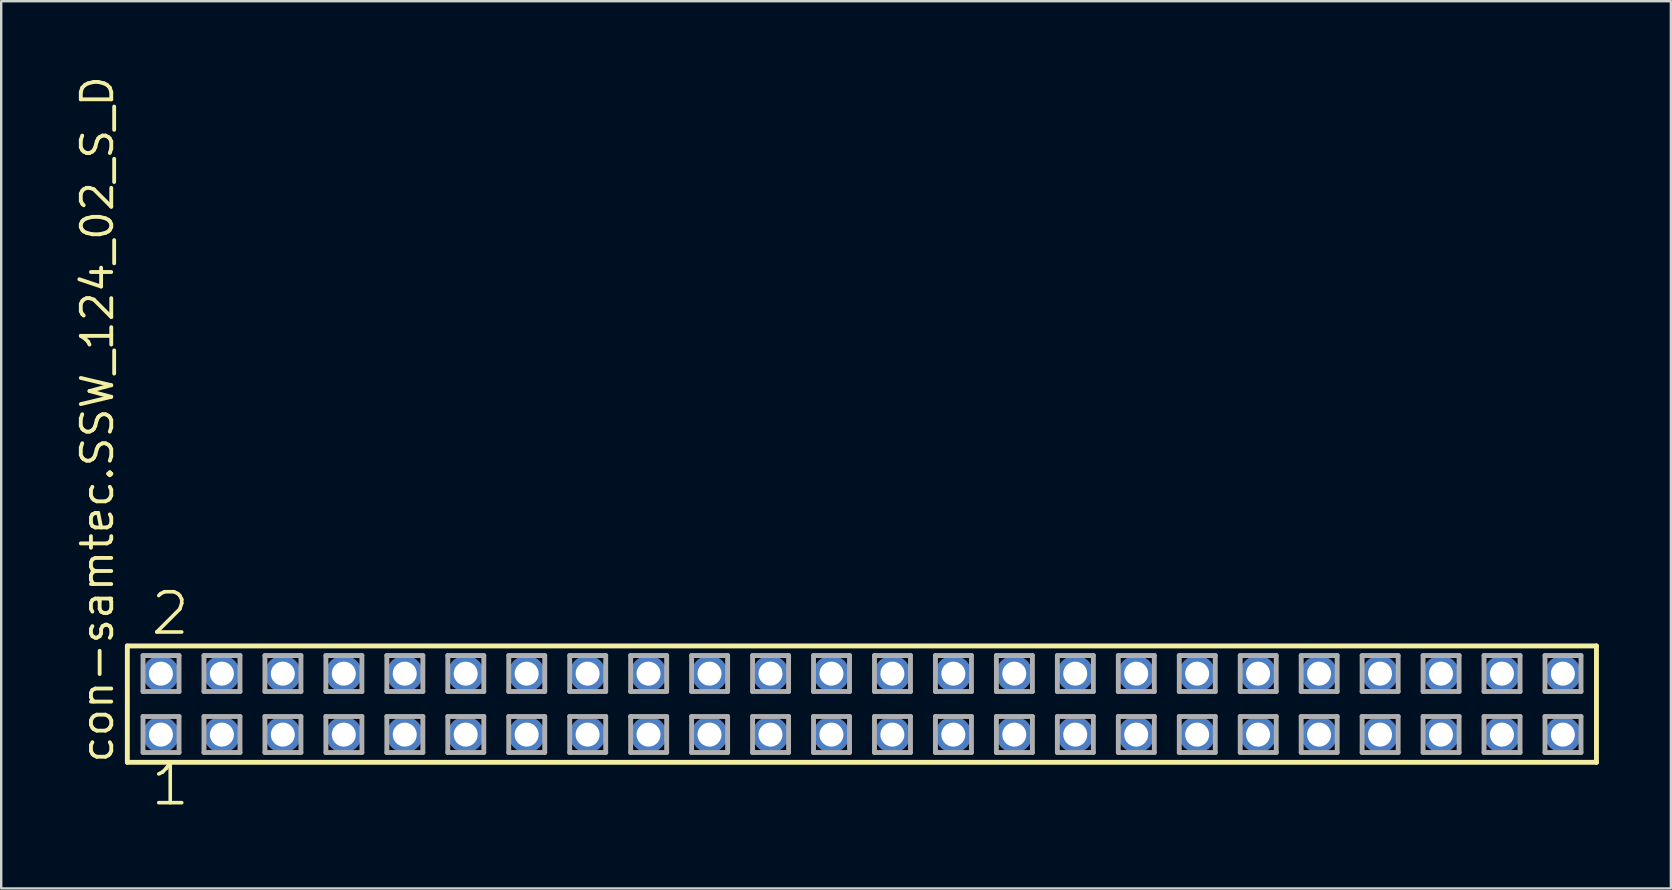
<source format=kicad_pcb>
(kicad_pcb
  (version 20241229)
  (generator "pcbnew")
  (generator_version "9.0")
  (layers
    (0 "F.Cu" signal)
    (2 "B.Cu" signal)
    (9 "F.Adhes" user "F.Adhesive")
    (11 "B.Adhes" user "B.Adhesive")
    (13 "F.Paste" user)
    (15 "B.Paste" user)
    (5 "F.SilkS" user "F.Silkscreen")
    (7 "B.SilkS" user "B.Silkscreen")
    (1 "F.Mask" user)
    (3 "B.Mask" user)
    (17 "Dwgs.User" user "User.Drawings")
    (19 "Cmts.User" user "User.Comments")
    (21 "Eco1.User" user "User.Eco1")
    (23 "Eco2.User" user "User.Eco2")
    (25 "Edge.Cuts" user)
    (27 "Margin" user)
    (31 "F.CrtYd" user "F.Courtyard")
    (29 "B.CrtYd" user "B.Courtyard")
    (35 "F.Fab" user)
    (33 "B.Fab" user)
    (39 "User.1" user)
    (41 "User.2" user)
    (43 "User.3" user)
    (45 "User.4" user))
  (footprint "con-samtec.SSW_124_02_S_D"
    (layer "F.Cu")
    (at 32.865 26.291)
    (property "Reference" "con-samtec.SSW_124_02_S_D" (at -31.115 2.54 90) (layer "F.SilkS") (effects (font (size 1.27 1.27) (thickness 0.16)) (justify left bottom)))
    (attr through_hole)
    (fp_line (start -30.609 -2.425) (end 30.609 -2.425) (stroke (width 0.203) (type default)) (layer "F.SilkS"))
    (fp_line (start -30.609 2.425) (end -30.609 -2.425) (stroke (width 0.203) (type default)) (layer "F.SilkS"))
    (fp_line (start 30.609 -2.425) (end 30.609 2.425) (stroke (width 0.203) (type default)) (layer "F.SilkS"))
    (fp_line (start 30.609 2.425) (end -30.609 2.425) (stroke (width 0.203) (type default)) (layer "F.SilkS"))
    (fp_line (start -29.955 -2.025) (end -28.455 -2.025) (stroke (width 0.203) (type default)) (layer "F.Fab"))
    (fp_line (start -29.955 -0.525) (end -29.955 -2.025) (stroke (width 0.203) (type default)) (layer "F.Fab"))
    (fp_line (start -29.955 0.515) (end -28.455 0.515) (stroke (width 0.203) (type default)) (layer "F.Fab"))
    (fp_line (start -29.955 2.015) (end -29.955 0.515) (stroke (width 0.203) (type default)) (layer "F.Fab"))
    (fp_line (start -28.455 -2.025) (end -28.455 -0.525) (stroke (width 0.203) (type default)) (layer "F.Fab"))
    (fp_line (start -28.455 -0.525) (end -29.955 -0.525) (stroke (width 0.203) (type default)) (layer "F.Fab"))
    (fp_line (start -28.455 0.515) (end -28.455 2.015) (stroke (width 0.203) (type default)) (layer "F.Fab"))
    (fp_line (start -28.455 2.015) (end -29.955 2.015) (stroke (width 0.203) (type default)) (layer "F.Fab"))
    (fp_line (start -27.415 -2.025) (end -25.915 -2.025) (stroke (width 0.203) (type default)) (layer "F.Fab"))
    (fp_line (start -27.415 -0.525) (end -27.415 -2.025) (stroke (width 0.203) (type default)) (layer "F.Fab"))
    (fp_line (start -27.415 0.515) (end -25.915 0.515) (stroke (width 0.203) (type default)) (layer "F.Fab"))
    (fp_line (start -27.415 2.015) (end -27.415 0.515) (stroke (width 0.203) (type default)) (layer "F.Fab"))
    (fp_line (start -25.915 -2.025) (end -25.915 -0.525) (stroke (width 0.203) (type default)) (layer "F.Fab"))
    (fp_line (start -25.915 -0.525) (end -27.415 -0.525) (stroke (width 0.203) (type default)) (layer "F.Fab"))
    (fp_line (start -25.915 0.515) (end -25.915 2.015) (stroke (width 0.203) (type default)) (layer "F.Fab"))
    (fp_line (start -25.915 2.015) (end -27.415 2.015) (stroke (width 0.203) (type default)) (layer "F.Fab"))
    (fp_line (start -24.875 -2.025) (end -23.375 -2.025) (stroke (width 0.203) (type default)) (layer "F.Fab"))
    (fp_line (start -24.875 -0.525) (end -24.875 -2.025) (stroke (width 0.203) (type default)) (layer "F.Fab"))
    (fp_line (start -24.875 0.515) (end -23.375 0.515) (stroke (width 0.203) (type default)) (layer "F.Fab"))
    (fp_line (start -24.875 2.015) (end -24.875 0.515) (stroke (width 0.203) (type default)) (layer "F.Fab"))
    (fp_line (start -23.375 -2.025) (end -23.375 -0.525) (stroke (width 0.203) (type default)) (layer "F.Fab"))
    (fp_line (start -23.375 -0.525) (end -24.875 -0.525) (stroke (width 0.203) (type default)) (layer "F.Fab"))
    (fp_line (start -23.375 0.515) (end -23.375 2.015) (stroke (width 0.203) (type default)) (layer "F.Fab"))
    (fp_line (start -23.375 2.015) (end -24.875 2.015) (stroke (width 0.203) (type default)) (layer "F.Fab"))
    (fp_line (start -22.335 -2.025) (end -20.835 -2.025) (stroke (width 0.203) (type default)) (layer "F.Fab"))
    (fp_line (start -22.335 -0.525) (end -22.335 -2.025) (stroke (width 0.203) (type default)) (layer "F.Fab"))
    (fp_line (start -22.335 0.515) (end -20.835 0.515) (stroke (width 0.203) (type default)) (layer "F.Fab"))
    (fp_line (start -22.335 2.015) (end -22.335 0.515) (stroke (width 0.203) (type default)) (layer "F.Fab"))
    (fp_line (start -20.835 -2.025) (end -20.835 -0.525) (stroke (width 0.203) (type default)) (layer "F.Fab"))
    (fp_line (start -20.835 -0.525) (end -22.335 -0.525) (stroke (width 0.203) (type default)) (layer "F.Fab"))
    (fp_line (start -20.835 0.515) (end -20.835 2.015) (stroke (width 0.203) (type default)) (layer "F.Fab"))
    (fp_line (start -20.835 2.015) (end -22.335 2.015) (stroke (width 0.203) (type default)) (layer "F.Fab"))
    (fp_line (start -19.795 -2.025) (end -18.295 -2.025) (stroke (width 0.203) (type default)) (layer "F.Fab"))
    (fp_line (start -19.795 -0.525) (end -19.795 -2.025) (stroke (width 0.203) (type default)) (layer "F.Fab"))
    (fp_line (start -19.795 0.515) (end -18.295 0.515) (stroke (width 0.203) (type default)) (layer "F.Fab"))
    (fp_line (start -19.795 2.015) (end -19.795 0.515) (stroke (width 0.203) (type default)) (layer "F.Fab"))
    (fp_line (start -18.295 -2.025) (end -18.295 -0.525) (stroke (width 0.203) (type default)) (layer "F.Fab"))
    (fp_line (start -18.295 -0.525) (end -19.795 -0.525) (stroke (width 0.203) (type default)) (layer "F.Fab"))
    (fp_line (start -18.295 0.515) (end -18.295 2.015) (stroke (width 0.203) (type default)) (layer "F.Fab"))
    (fp_line (start -18.295 2.015) (end -19.795 2.015) (stroke (width 0.203) (type default)) (layer "F.Fab"))
    (fp_line (start -17.255 -2.025) (end -15.755 -2.025) (stroke (width 0.203) (type default)) (layer "F.Fab"))
    (fp_line (start -17.255 -0.525) (end -17.255 -2.025) (stroke (width 0.203) (type default)) (layer "F.Fab"))
    (fp_line (start -17.255 0.515) (end -15.755 0.515) (stroke (width 0.203) (type default)) (layer "F.Fab"))
    (fp_line (start -17.255 2.015) (end -17.255 0.515) (stroke (width 0.203) (type default)) (layer "F.Fab"))
    (fp_line (start -15.755 -2.025) (end -15.755 -0.525) (stroke (width 0.203) (type default)) (layer "F.Fab"))
    (fp_line (start -15.755 -0.525) (end -17.255 -0.525) (stroke (width 0.203) (type default)) (layer "F.Fab"))
    (fp_line (start -15.755 0.515) (end -15.755 2.015) (stroke (width 0.203) (type default)) (layer "F.Fab"))
    (fp_line (start -15.755 2.015) (end -17.255 2.015) (stroke (width 0.203) (type default)) (layer "F.Fab"))
    (fp_line (start -14.715 -2.025) (end -13.215 -2.025) (stroke (width 0.203) (type default)) (layer "F.Fab"))
    (fp_line (start -14.715 -0.525) (end -14.715 -2.025) (stroke (width 0.203) (type default)) (layer "F.Fab"))
    (fp_line (start -14.715 0.515) (end -13.215 0.515) (stroke (width 0.203) (type default)) (layer "F.Fab"))
    (fp_line (start -14.715 2.015) (end -14.715 0.515) (stroke (width 0.203) (type default)) (layer "F.Fab"))
    (fp_line (start -13.215 -2.025) (end -13.215 -0.525) (stroke (width 0.203) (type default)) (layer "F.Fab"))
    (fp_line (start -13.215 -0.525) (end -14.715 -0.525) (stroke (width 0.203) (type default)) (layer "F.Fab"))
    (fp_line (start -13.215 0.515) (end -13.215 2.015) (stroke (width 0.203) (type default)) (layer "F.Fab"))
    (fp_line (start -13.215 2.015) (end -14.715 2.015) (stroke (width 0.203) (type default)) (layer "F.Fab"))
    (fp_line (start -12.175 -2.025) (end -10.675 -2.025) (stroke (width 0.203) (type default)) (layer "F.Fab"))
    (fp_line (start -12.175 -0.525) (end -12.175 -2.025) (stroke (width 0.203) (type default)) (layer "F.Fab"))
    (fp_line (start -12.175 0.515) (end -10.675 0.515) (stroke (width 0.203) (type default)) (layer "F.Fab"))
    (fp_line (start -12.175 2.015) (end -12.175 0.515) (stroke (width 0.203) (type default)) (layer "F.Fab"))
    (fp_line (start -10.675 -2.025) (end -10.675 -0.525) (stroke (width 0.203) (type default)) (layer "F.Fab"))
    (fp_line (start -10.675 -0.525) (end -12.175 -0.525) (stroke (width 0.203) (type default)) (layer "F.Fab"))
    (fp_line (start -10.675 0.515) (end -10.675 2.015) (stroke (width 0.203) (type default)) (layer "F.Fab"))
    (fp_line (start -10.675 2.015) (end -12.175 2.015) (stroke (width 0.203) (type default)) (layer "F.Fab"))
    (fp_line (start -9.635 -2.025) (end -8.135 -2.025) (stroke (width 0.203) (type default)) (layer "F.Fab"))
    (fp_line (start -9.635 -0.525) (end -9.635 -2.025) (stroke (width 0.203) (type default)) (layer "F.Fab"))
    (fp_line (start -9.635 0.515) (end -8.135 0.515) (stroke (width 0.203) (type default)) (layer "F.Fab"))
    (fp_line (start -9.635 2.015) (end -9.635 0.515) (stroke (width 0.203) (type default)) (layer "F.Fab"))
    (fp_line (start -8.135 -2.025) (end -8.135 -0.525) (stroke (width 0.203) (type default)) (layer "F.Fab"))
    (fp_line (start -8.135 -0.525) (end -9.635 -0.525) (stroke (width 0.203) (type default)) (layer "F.Fab"))
    (fp_line (start -8.135 0.515) (end -8.135 2.015) (stroke (width 0.203) (type default)) (layer "F.Fab"))
    (fp_line (start -8.135 2.015) (end -9.635 2.015) (stroke (width 0.203) (type default)) (layer "F.Fab"))
    (fp_line (start -7.095 -2.025) (end -5.595 -2.025) (stroke (width 0.203) (type default)) (layer "F.Fab"))
    (fp_line (start -7.095 -0.525) (end -7.095 -2.025) (stroke (width 0.203) (type default)) (layer "F.Fab"))
    (fp_line (start -7.095 0.515) (end -5.595 0.515) (stroke (width 0.203) (type default)) (layer "F.Fab"))
    (fp_line (start -7.095 2.015) (end -7.095 0.515) (stroke (width 0.203) (type default)) (layer "F.Fab"))
    (fp_line (start -5.595 -2.025) (end -5.595 -0.525) (stroke (width 0.203) (type default)) (layer "F.Fab"))
    (fp_line (start -5.595 -0.525) (end -7.095 -0.525) (stroke (width 0.203) (type default)) (layer "F.Fab"))
    (fp_line (start -5.595 0.515) (end -5.595 2.015) (stroke (width 0.203) (type default)) (layer "F.Fab"))
    (fp_line (start -5.595 2.015) (end -7.095 2.015) (stroke (width 0.203) (type default)) (layer "F.Fab"))
    (fp_line (start -4.555 -2.025) (end -3.055 -2.025) (stroke (width 0.203) (type default)) (layer "F.Fab"))
    (fp_line (start -4.555 -0.525) (end -4.555 -2.025) (stroke (width 0.203) (type default)) (layer "F.Fab"))
    (fp_line (start -4.555 0.515) (end -3.055 0.515) (stroke (width 0.203) (type default)) (layer "F.Fab"))
    (fp_line (start -4.555 2.015) (end -4.555 0.515) (stroke (width 0.203) (type default)) (layer "F.Fab"))
    (fp_line (start -3.055 -2.025) (end -3.055 -0.525) (stroke (width 0.203) (type default)) (layer "F.Fab"))
    (fp_line (start -3.055 -0.525) (end -4.555 -0.525) (stroke (width 0.203) (type default)) (layer "F.Fab"))
    (fp_line (start -3.055 0.515) (end -3.055 2.015) (stroke (width 0.203) (type default)) (layer "F.Fab"))
    (fp_line (start -3.055 2.015) (end -4.555 2.015) (stroke (width 0.203) (type default)) (layer "F.Fab"))
    (fp_line (start -2.015 -2.025) (end -0.515 -2.025) (stroke (width 0.203) (type default)) (layer "F.Fab"))
    (fp_line (start -2.015 -0.525) (end -2.015 -2.025) (stroke (width 0.203) (type default)) (layer "F.Fab"))
    (fp_line (start -2.015 0.515) (end -0.515 0.515) (stroke (width 0.203) (type default)) (layer "F.Fab"))
    (fp_line (start -2.015 2.015) (end -2.015 0.515) (stroke (width 0.203) (type default)) (layer "F.Fab"))
    (fp_line (start -0.515 -2.025) (end -0.515 -0.525) (stroke (width 0.203) (type default)) (layer "F.Fab"))
    (fp_line (start -0.515 -0.525) (end -2.015 -0.525) (stroke (width 0.203) (type default)) (layer "F.Fab"))
    (fp_line (start -0.515 0.515) (end -0.515 2.015) (stroke (width 0.203) (type default)) (layer "F.Fab"))
    (fp_line (start -0.515 2.015) (end -2.015 2.015) (stroke (width 0.203) (type default)) (layer "F.Fab"))
    (fp_line (start 0.525 -2.025) (end 2.025 -2.025) (stroke (width 0.203) (type default)) (layer "F.Fab"))
    (fp_line (start 0.525 -0.525) (end 0.525 -2.025) (stroke (width 0.203) (type default)) (layer "F.Fab"))
    (fp_line (start 0.525 0.515) (end 2.025 0.515) (stroke (width 0.203) (type default)) (layer "F.Fab"))
    (fp_line (start 0.525 2.015) (end 0.525 0.515) (stroke (width 0.203) (type default)) (layer "F.Fab"))
    (fp_line (start 2.025 -2.025) (end 2.025 -0.525) (stroke (width 0.203) (type default)) (layer "F.Fab"))
    (fp_line (start 2.025 -0.525) (end 0.525 -0.525) (stroke (width 0.203) (type default)) (layer "F.Fab"))
    (fp_line (start 2.025 0.515) (end 2.025 2.015) (stroke (width 0.203) (type default)) (layer "F.Fab"))
    (fp_line (start 2.025 2.015) (end 0.525 2.015) (stroke (width 0.203) (type default)) (layer "F.Fab"))
    (fp_line (start 3.065 -2.025) (end 4.565 -2.025) (stroke (width 0.203) (type default)) (layer "F.Fab"))
    (fp_line (start 3.065 -0.525) (end 3.065 -2.025) (stroke (width 0.203) (type default)) (layer "F.Fab"))
    (fp_line (start 3.065 0.515) (end 4.565 0.515) (stroke (width 0.203) (type default)) (layer "F.Fab"))
    (fp_line (start 3.065 2.015) (end 3.065 0.515) (stroke (width 0.203) (type default)) (layer "F.Fab"))
    (fp_line (start 4.565 -2.025) (end 4.565 -0.525) (stroke (width 0.203) (type default)) (layer "F.Fab"))
    (fp_line (start 4.565 -0.525) (end 3.065 -0.525) (stroke (width 0.203) (type default)) (layer "F.Fab"))
    (fp_line (start 4.565 0.515) (end 4.565 2.015) (stroke (width 0.203) (type default)) (layer "F.Fab"))
    (fp_line (start 4.565 2.015) (end 3.065 2.015) (stroke (width 0.203) (type default)) (layer "F.Fab"))
    (fp_line (start 5.605 -2.025) (end 7.105 -2.025) (stroke (width 0.203) (type default)) (layer "F.Fab"))
    (fp_line (start 5.605 -0.525) (end 5.605 -2.025) (stroke (width 0.203) (type default)) (layer "F.Fab"))
    (fp_line (start 5.605 0.515) (end 7.105 0.515) (stroke (width 0.203) (type default)) (layer "F.Fab"))
    (fp_line (start 5.605 2.015) (end 5.605 0.515) (stroke (width 0.203) (type default)) (layer "F.Fab"))
    (fp_line (start 7.105 -2.025) (end 7.105 -0.525) (stroke (width 0.203) (type default)) (layer "F.Fab"))
    (fp_line (start 7.105 -0.525) (end 5.605 -0.525) (stroke (width 0.203) (type default)) (layer "F.Fab"))
    (fp_line (start 7.105 0.515) (end 7.105 2.015) (stroke (width 0.203) (type default)) (layer "F.Fab"))
    (fp_line (start 7.105 2.015) (end 5.605 2.015) (stroke (width 0.203) (type default)) (layer "F.Fab"))
    (fp_line (start 8.145 -2.025) (end 9.645 -2.025) (stroke (width 0.203) (type default)) (layer "F.Fab"))
    (fp_line (start 8.145 -0.525) (end 8.145 -2.025) (stroke (width 0.203) (type default)) (layer "F.Fab"))
    (fp_line (start 8.145 0.515) (end 9.645 0.515) (stroke (width 0.203) (type default)) (layer "F.Fab"))
    (fp_line (start 8.145 2.015) (end 8.145 0.515) (stroke (width 0.203) (type default)) (layer "F.Fab"))
    (fp_line (start 9.645 -2.025) (end 9.645 -0.525) (stroke (width 0.203) (type default)) (layer "F.Fab"))
    (fp_line (start 9.645 -0.525) (end 8.145 -0.525) (stroke (width 0.203) (type default)) (layer "F.Fab"))
    (fp_line (start 9.645 0.515) (end 9.645 2.015) (stroke (width 0.203) (type default)) (layer "F.Fab"))
    (fp_line (start 9.645 2.015) (end 8.145 2.015) (stroke (width 0.203) (type default)) (layer "F.Fab"))
    (fp_line (start 10.685 -2.025) (end 12.185 -2.025) (stroke (width 0.203) (type default)) (layer "F.Fab"))
    (fp_line (start 10.685 -0.525) (end 10.685 -2.025) (stroke (width 0.203) (type default)) (layer "F.Fab"))
    (fp_line (start 10.685 0.515) (end 12.185 0.515) (stroke (width 0.203) (type default)) (layer "F.Fab"))
    (fp_line (start 10.685 2.015) (end 10.685 0.515) (stroke (width 0.203) (type default)) (layer "F.Fab"))
    (fp_line (start 12.185 -2.025) (end 12.185 -0.525) (stroke (width 0.203) (type default)) (layer "F.Fab"))
    (fp_line (start 12.185 -0.525) (end 10.685 -0.525) (stroke (width 0.203) (type default)) (layer "F.Fab"))
    (fp_line (start 12.185 0.515) (end 12.185 2.015) (stroke (width 0.203) (type default)) (layer "F.Fab"))
    (fp_line (start 12.185 2.015) (end 10.685 2.015) (stroke (width 0.203) (type default)) (layer "F.Fab"))
    (fp_line (start 13.225 -2.025) (end 14.725 -2.025) (stroke (width 0.203) (type default)) (layer "F.Fab"))
    (fp_line (start 13.225 -0.525) (end 13.225 -2.025) (stroke (width 0.203) (type default)) (layer "F.Fab"))
    (fp_line (start 13.225 0.515) (end 14.725 0.515) (stroke (width 0.203) (type default)) (layer "F.Fab"))
    (fp_line (start 13.225 2.015) (end 13.225 0.515) (stroke (width 0.203) (type default)) (layer "F.Fab"))
    (fp_line (start 14.725 -2.025) (end 14.725 -0.525) (stroke (width 0.203) (type default)) (layer "F.Fab"))
    (fp_line (start 14.725 -0.525) (end 13.225 -0.525) (stroke (width 0.203) (type default)) (layer "F.Fab"))
    (fp_line (start 14.725 0.515) (end 14.725 2.015) (stroke (width 0.203) (type default)) (layer "F.Fab"))
    (fp_line (start 14.725 2.015) (end 13.225 2.015) (stroke (width 0.203) (type default)) (layer "F.Fab"))
    (fp_line (start 15.765 -2.025) (end 17.265 -2.025) (stroke (width 0.203) (type default)) (layer "F.Fab"))
    (fp_line (start 15.765 -0.525) (end 15.765 -2.025) (stroke (width 0.203) (type default)) (layer "F.Fab"))
    (fp_line (start 15.765 0.515) (end 17.265 0.515) (stroke (width 0.203) (type default)) (layer "F.Fab"))
    (fp_line (start 15.765 2.015) (end 15.765 0.515) (stroke (width 0.203) (type default)) (layer "F.Fab"))
    (fp_line (start 17.265 -2.025) (end 17.265 -0.525) (stroke (width 0.203) (type default)) (layer "F.Fab"))
    (fp_line (start 17.265 -0.525) (end 15.765 -0.525) (stroke (width 0.203) (type default)) (layer "F.Fab"))
    (fp_line (start 17.265 0.515) (end 17.265 2.015) (stroke (width 0.203) (type default)) (layer "F.Fab"))
    (fp_line (start 17.265 2.015) (end 15.765 2.015) (stroke (width 0.203) (type default)) (layer "F.Fab"))
    (fp_line (start 18.305 -2.025) (end 19.805 -2.025) (stroke (width 0.203) (type default)) (layer "F.Fab"))
    (fp_line (start 18.305 -0.525) (end 18.305 -2.025) (stroke (width 0.203) (type default)) (layer "F.Fab"))
    (fp_line (start 18.305 0.515) (end 19.805 0.515) (stroke (width 0.203) (type default)) (layer "F.Fab"))
    (fp_line (start 18.305 2.015) (end 18.305 0.515) (stroke (width 0.203) (type default)) (layer "F.Fab"))
    (fp_line (start 19.805 -2.025) (end 19.805 -0.525) (stroke (width 0.203) (type default)) (layer "F.Fab"))
    (fp_line (start 19.805 -0.525) (end 18.305 -0.525) (stroke (width 0.203) (type default)) (layer "F.Fab"))
    (fp_line (start 19.805 0.515) (end 19.805 2.015) (stroke (width 0.203) (type default)) (layer "F.Fab"))
    (fp_line (start 19.805 2.015) (end 18.305 2.015) (stroke (width 0.203) (type default)) (layer "F.Fab"))
    (fp_line (start 20.845 -2.025) (end 22.345 -2.025) (stroke (width 0.203) (type default)) (layer "F.Fab"))
    (fp_line (start 20.845 -0.525) (end 20.845 -2.025) (stroke (width 0.203) (type default)) (layer "F.Fab"))
    (fp_line (start 20.845 0.515) (end 22.345 0.515) (stroke (width 0.203) (type default)) (layer "F.Fab"))
    (fp_line (start 20.845 2.015) (end 20.845 0.515) (stroke (width 0.203) (type default)) (layer "F.Fab"))
    (fp_line (start 22.345 -2.025) (end 22.345 -0.525) (stroke (width 0.203) (type default)) (layer "F.Fab"))
    (fp_line (start 22.345 -0.525) (end 20.845 -0.525) (stroke (width 0.203) (type default)) (layer "F.Fab"))
    (fp_line (start 22.345 0.515) (end 22.345 2.015) (stroke (width 0.203) (type default)) (layer "F.Fab"))
    (fp_line (start 22.345 2.015) (end 20.845 2.015) (stroke (width 0.203) (type default)) (layer "F.Fab"))
    (fp_line (start 23.385 -2.025) (end 24.885 -2.025) (stroke (width 0.203) (type default)) (layer "F.Fab"))
    (fp_line (start 23.385 -0.525) (end 23.385 -2.025) (stroke (width 0.203) (type default)) (layer "F.Fab"))
    (fp_line (start 23.385 0.515) (end 24.885 0.515) (stroke (width 0.203) (type default)) (layer "F.Fab"))
    (fp_line (start 23.385 2.015) (end 23.385 0.515) (stroke (width 0.203) (type default)) (layer "F.Fab"))
    (fp_line (start 24.885 -2.025) (end 24.885 -0.525) (stroke (width 0.203) (type default)) (layer "F.Fab"))
    (fp_line (start 24.885 -0.525) (end 23.385 -0.525) (stroke (width 0.203) (type default)) (layer "F.Fab"))
    (fp_line (start 24.885 0.515) (end 24.885 2.015) (stroke (width 0.203) (type default)) (layer "F.Fab"))
    (fp_line (start 24.885 2.015) (end 23.385 2.015) (stroke (width 0.203) (type default)) (layer "F.Fab"))
    (fp_line (start 25.925 -2.025) (end 27.425 -2.025) (stroke (width 0.203) (type default)) (layer "F.Fab"))
    (fp_line (start 25.925 -0.525) (end 25.925 -2.025) (stroke (width 0.203) (type default)) (layer "F.Fab"))
    (fp_line (start 25.925 0.515) (end 27.425 0.515) (stroke (width 0.203) (type default)) (layer "F.Fab"))
    (fp_line (start 25.925 2.015) (end 25.925 0.515) (stroke (width 0.203) (type default)) (layer "F.Fab"))
    (fp_line (start 27.425 -2.025) (end 27.425 -0.525) (stroke (width 0.203) (type default)) (layer "F.Fab"))
    (fp_line (start 27.425 -0.525) (end 25.925 -0.525) (stroke (width 0.203) (type default)) (layer "F.Fab"))
    (fp_line (start 27.425 0.515) (end 27.425 2.015) (stroke (width 0.203) (type default)) (layer "F.Fab"))
    (fp_line (start 27.425 2.015) (end 25.925 2.015) (stroke (width 0.203) (type default)) (layer "F.Fab"))
    (fp_line (start 28.465 -2.025) (end 29.965 -2.025) (stroke (width 0.203) (type default)) (layer "F.Fab"))
    (fp_line (start 28.465 -0.525) (end 28.465 -2.025) (stroke (width 0.203) (type default)) (layer "F.Fab"))
    (fp_line (start 28.465 0.515) (end 29.965 0.515) (stroke (width 0.203) (type default)) (layer "F.Fab"))
    (fp_line (start 28.465 2.015) (end 28.465 0.515) (stroke (width 0.203) (type default)) (layer "F.Fab"))
    (fp_line (start 29.965 -2.025) (end 29.965 -0.525) (stroke (width 0.203) (type default)) (layer "F.Fab"))
    (fp_line (start 29.965 -0.525) (end 28.465 -0.525) (stroke (width 0.203) (type default)) (layer "F.Fab"))
    (fp_line (start 29.965 0.515) (end 29.965 2.015) (stroke (width 0.203) (type default)) (layer "F.Fab"))
    (fp_line (start 29.965 2.015) (end 28.465 2.015) (stroke (width 0.203) (type default)) (layer "F.Fab"))
    (fp_text user "2" (at -29.718 -2.794 0) (layer "F.SilkS") (effects (font (size 1.676 1.676) (thickness 0.15)) (justify left bottom)))
    (fp_text user "1" (at -29.718 4.318 0) (layer "F.SilkS") (effects (font (size 1.676 1.676) (thickness 0.15)) (justify left bottom)))
    (pad "1" thru_hole circle (at -29.21 1.27) (size 1.5 1.5) (drill 1) (layers "*.Cu" "*.Mask"))
    (pad "2" thru_hole circle (at -29.21 -1.27) (size 1.5 1.5) (drill 1) (layers "*.Cu" "*.Mask"))
    (pad "3" thru_hole circle (at -26.67 1.27) (size 1.5 1.5) (drill 1) (layers "*.Cu" "*.Mask"))
    (pad "4" thru_hole circle (at -26.67 -1.27) (size 1.5 1.5) (drill 1) (layers "*.Cu" "*.Mask"))
    (pad "5" thru_hole circle (at -24.13 1.27) (size 1.5 1.5) (drill 1) (layers "*.Cu" "*.Mask"))
    (pad "6" thru_hole circle (at -24.13 -1.27) (size 1.5 1.5) (drill 1) (layers "*.Cu" "*.Mask"))
    (pad "7" thru_hole circle (at -21.59 1.27) (size 1.5 1.5) (drill 1) (layers "*.Cu" "*.Mask"))
    (pad "8" thru_hole circle (at -21.59 -1.27) (size 1.5 1.5) (drill 1) (layers "*.Cu" "*.Mask"))
    (pad "9" thru_hole circle (at -19.05 1.27) (size 1.5 1.5) (drill 1) (layers "*.Cu" "*.Mask"))
    (pad "10" thru_hole circle (at -19.05 -1.27) (size 1.5 1.5) (drill 1) (layers "*.Cu" "*.Mask"))
    (pad "11" thru_hole circle (at -16.51 1.27) (size 1.5 1.5) (drill 1) (layers "*.Cu" "*.Mask"))
    (pad "12" thru_hole circle (at -16.51 -1.27) (size 1.5 1.5) (drill 1) (layers "*.Cu" "*.Mask"))
    (pad "13" thru_hole circle (at -13.97 1.27) (size 1.5 1.5) (drill 1) (layers "*.Cu" "*.Mask"))
    (pad "14" thru_hole circle (at -13.97 -1.27) (size 1.5 1.5) (drill 1) (layers "*.Cu" "*.Mask"))
    (pad "15" thru_hole circle (at -11.43 1.27) (size 1.5 1.5) (drill 1) (layers "*.Cu" "*.Mask"))
    (pad "16" thru_hole circle (at -11.43 -1.27) (size 1.5 1.5) (drill 1) (layers "*.Cu" "*.Mask"))
    (pad "17" thru_hole circle (at -8.89 1.27) (size 1.5 1.5) (drill 1) (layers "*.Cu" "*.Mask"))
    (pad "18" thru_hole circle (at -8.89 -1.27) (size 1.5 1.5) (drill 1) (layers "*.Cu" "*.Mask"))
    (pad "19" thru_hole circle (at -6.35 1.27) (size 1.5 1.5) (drill 1) (layers "*.Cu" "*.Mask"))
    (pad "20" thru_hole circle (at -6.35 -1.27) (size 1.5 1.5) (drill 1) (layers "*.Cu" "*.Mask"))
    (pad "21" thru_hole circle (at -3.81 1.27) (size 1.5 1.5) (drill 1) (layers "*.Cu" "*.Mask"))
    (pad "22" thru_hole circle (at -3.81 -1.27) (size 1.5 1.5) (drill 1) (layers "*.Cu" "*.Mask"))
    (pad "23" thru_hole circle (at -1.27 1.27) (size 1.5 1.5) (drill 1) (layers "*.Cu" "*.Mask"))
    (pad "24" thru_hole circle (at -1.27 -1.27) (size 1.5 1.5) (drill 1) (layers "*.Cu" "*.Mask"))
    (pad "25" thru_hole circle (at 1.27 1.27) (size 1.5 1.5) (drill 1) (layers "*.Cu" "*.Mask"))
    (pad "26" thru_hole circle (at 1.27 -1.27) (size 1.5 1.5) (drill 1) (layers "*.Cu" "*.Mask"))
    (pad "27" thru_hole circle (at 3.81 1.27) (size 1.5 1.5) (drill 1) (layers "*.Cu" "*.Mask"))
    (pad "28" thru_hole circle (at 3.81 -1.27) (size 1.5 1.5) (drill 1) (layers "*.Cu" "*.Mask"))
    (pad "29" thru_hole circle (at 6.35 1.27) (size 1.5 1.5) (drill 1) (layers "*.Cu" "*.Mask"))
    (pad "30" thru_hole circle (at 6.35 -1.27) (size 1.5 1.5) (drill 1) (layers "*.Cu" "*.Mask"))
    (pad "31" thru_hole circle (at 8.89 1.27) (size 1.5 1.5) (drill 1) (layers "*.Cu" "*.Mask"))
    (pad "32" thru_hole circle (at 8.89 -1.27) (size 1.5 1.5) (drill 1) (layers "*.Cu" "*.Mask"))
    (pad "33" thru_hole circle (at 11.43 1.27) (size 1.5 1.5) (drill 1) (layers "*.Cu" "*.Mask"))
    (pad "34" thru_hole circle (at 11.43 -1.27) (size 1.5 1.5) (drill 1) (layers "*.Cu" "*.Mask"))
    (pad "35" thru_hole circle (at 13.97 1.27) (size 1.5 1.5) (drill 1) (layers "*.Cu" "*.Mask"))
    (pad "36" thru_hole circle (at 13.97 -1.27) (size 1.5 1.5) (drill 1) (layers "*.Cu" "*.Mask"))
    (pad "37" thru_hole circle (at 16.51 1.27) (size 1.5 1.5) (drill 1) (layers "*.Cu" "*.Mask"))
    (pad "38" thru_hole circle (at 16.51 -1.27) (size 1.5 1.5) (drill 1) (layers "*.Cu" "*.Mask"))
    (pad "39" thru_hole circle (at 19.05 1.27) (size 1.5 1.5) (drill 1) (layers "*.Cu" "*.Mask"))
    (pad "40" thru_hole circle (at 19.05 -1.27) (size 1.5 1.5) (drill 1) (layers "*.Cu" "*.Mask"))
    (pad "41" thru_hole circle (at 21.59 1.27) (size 1.5 1.5) (drill 1) (layers "*.Cu" "*.Mask"))
    (pad "42" thru_hole circle (at 21.59 -1.27) (size 1.5 1.5) (drill 1) (layers "*.Cu" "*.Mask"))
    (pad "43" thru_hole circle (at 24.13 1.27) (size 1.5 1.5) (drill 1) (layers "*.Cu" "*.Mask"))
    (pad "44" thru_hole circle (at 24.13 -1.27) (size 1.5 1.5) (drill 1) (layers "*.Cu" "*.Mask"))
    (pad "45" thru_hole circle (at 26.67 1.27) (size 1.5 1.5) (drill 1) (layers "*.Cu" "*.Mask"))
    (pad "46" thru_hole circle (at 26.67 -1.27) (size 1.5 1.5) (drill 1) (layers "*.Cu" "*.Mask"))
    (pad "47" thru_hole circle (at 29.21 1.27) (size 1.5 1.5) (drill 1) (layers "*.Cu" "*.Mask"))
    (pad "48" thru_hole circle (at 29.21 -1.27) (size 1.5 1.5) (drill 1) (layers "*.Cu" "*.Mask")))
  (gr_rect
    (start -3 -3)
    (end 66.576 33.971)
    (stroke (width 0.1) (type default))
    (fill no)
    (layer "Edge.Cuts")))
</source>
